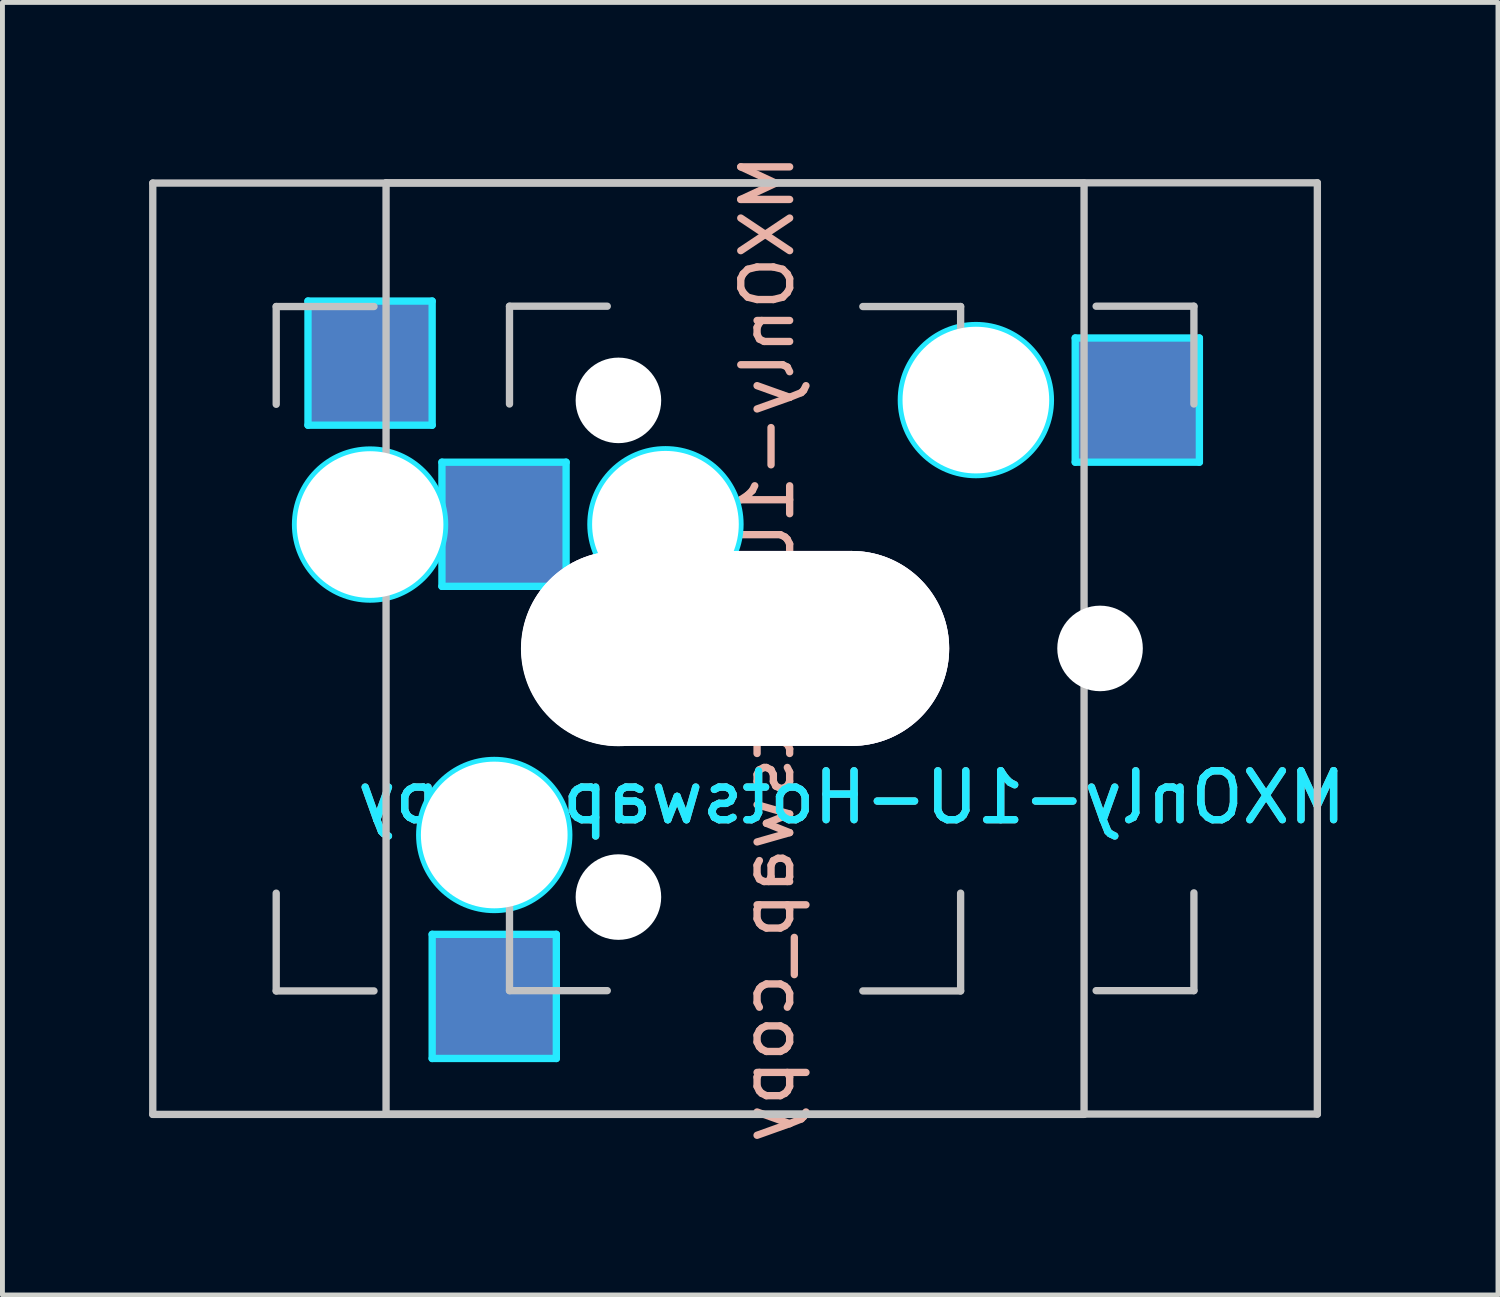
<source format=kicad_pcb>
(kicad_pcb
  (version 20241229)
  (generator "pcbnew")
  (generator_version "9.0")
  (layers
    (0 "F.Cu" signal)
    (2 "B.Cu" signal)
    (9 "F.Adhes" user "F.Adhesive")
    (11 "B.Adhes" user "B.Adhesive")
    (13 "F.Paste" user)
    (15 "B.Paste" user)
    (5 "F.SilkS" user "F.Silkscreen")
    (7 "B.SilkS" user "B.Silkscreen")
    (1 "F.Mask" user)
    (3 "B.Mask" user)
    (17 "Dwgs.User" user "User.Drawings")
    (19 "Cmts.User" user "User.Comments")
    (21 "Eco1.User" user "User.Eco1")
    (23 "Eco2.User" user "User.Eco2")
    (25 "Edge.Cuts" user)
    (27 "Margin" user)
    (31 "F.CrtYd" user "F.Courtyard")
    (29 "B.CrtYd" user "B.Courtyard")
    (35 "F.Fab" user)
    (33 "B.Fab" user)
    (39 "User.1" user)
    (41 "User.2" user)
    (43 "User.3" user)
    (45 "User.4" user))
  (footprint "MXOnly-1U-Hotswap_copy"
    (layer "F.Cu")
    (at 11.991 10.214)
    (property "Reference" "MXOnly-1U-Hotswap_copy" (at 2.381 3.048 0) (layer "B.CrtYd") (effects (font (size 1 1) (thickness 0.15)) (justify mirror)))
    (attr smd)
    (fp_line (start -11.916 -9.519) (end 7.134 -9.519) (stroke (width 0.15) (type solid)) (layer "Dwgs.User"))
    (fp_line (start -11.916 9.531) (end -11.916 -9.519) (stroke (width 0.15) (type solid)) (layer "Dwgs.User"))
    (fp_line (start -9.391 -6.994) (end -7.391 -6.994) (stroke (width 0.15) (type solid)) (layer "Dwgs.User"))
    (fp_line (start -9.391 -4.994) (end -9.391 -6.994) (stroke (width 0.15) (type solid)) (layer "Dwgs.User"))
    (fp_line (start -9.391 5.006) (end -9.391 7.006) (stroke (width 0.15) (type solid)) (layer "Dwgs.User"))
    (fp_line (start -9.391 7.006) (end -7.391 7.006) (stroke (width 0.15) (type solid)) (layer "Dwgs.User"))
    (fp_line (start -7.144 -9.525) (end 11.906 -9.525) (stroke (width 0.15) (type solid)) (layer "Dwgs.User"))
    (fp_line (start -7.144 9.525) (end -7.144 -9.525) (stroke (width 0.15) (type solid)) (layer "Dwgs.User"))
    (fp_line (start -4.619 -7) (end -4.619 -5) (stroke (width 0.15) (type solid)) (layer "Dwgs.User"))
    (fp_line (start -4.619 5) (end -4.619 7) (stroke (width 0.15) (type solid)) (layer "Dwgs.User"))
    (fp_line (start -4.619 7) (end -2.619 7) (stroke (width 0.15) (type solid)) (layer "Dwgs.User"))
    (fp_line (start -2.619 -7) (end -4.619 -7) (stroke (width 0.15) (type solid)) (layer "Dwgs.User"))
    (fp_line (start 2.609 7.006) (end 4.609 7.006) (stroke (width 0.15) (type solid)) (layer "Dwgs.User"))
    (fp_line (start 4.609 -6.994) (end 2.609 -6.994) (stroke (width 0.15) (type solid)) (layer "Dwgs.User"))
    (fp_line (start 4.609 -4.994) (end 4.609 -6.994) (stroke (width 0.15) (type solid)) (layer "Dwgs.User"))
    (fp_line (start 4.609 7.006) (end 4.609 5.006) (stroke (width 0.15) (type solid)) (layer "Dwgs.User"))
    (fp_line (start 7.134 -9.519) (end 7.134 9.531) (stroke (width 0.15) (type solid)) (layer "Dwgs.User"))
    (fp_line (start 7.134 9.531) (end -11.916 9.531) (stroke (width 0.15) (type solid)) (layer "Dwgs.User"))
    (fp_line (start 7.381 -7) (end 9.381 -7) (stroke (width 0.15) (type solid)) (layer "Dwgs.User"))
    (fp_line (start 7.381 7) (end 9.381 7) (stroke (width 0.15) (type solid)) (layer "Dwgs.User"))
    (fp_line (start 9.381 -7) (end 9.381 -5) (stroke (width 0.15) (type solid)) (layer "Dwgs.User"))
    (fp_line (start 9.381 7) (end 9.381 5) (stroke (width 0.15) (type solid)) (layer "Dwgs.User"))
    (fp_line (start 11.906 -9.525) (end 11.906 9.525) (stroke (width 0.15) (type solid)) (layer "Dwgs.User"))
    (fp_line (start 11.906 9.525) (end -7.144 9.525) (stroke (width 0.15) (type solid)) (layer "Dwgs.User"))
    (fp_line (start -8.741 -7.106) (end -6.201 -7.106) (stroke (width 0.15) (type solid)) (layer "B.CrtYd"))
    (fp_line (start -8.741 -4.566) (end -8.741 -7.106) (stroke (width 0.15) (type solid)) (layer "B.CrtYd"))
    (fp_line (start -6.201 -7.106) (end -6.201 -4.566) (stroke (width 0.15) (type solid)) (layer "B.CrtYd"))
    (fp_line (start -6.201 -4.566) (end -8.741 -4.566) (stroke (width 0.15) (type solid)) (layer "B.CrtYd"))
    (fp_line (start -6.201 5.848) (end -6.201 8.388) (stroke (width 0.15) (type solid)) (layer "B.CrtYd"))
    (fp_line (start -6.201 8.388) (end -3.661 8.388) (stroke (width 0.15) (type solid)) (layer "B.CrtYd"))
    (fp_line (start -6.001 -3.81) (end -6.001 -1.27) (stroke (width 0.15) (type solid)) (layer "B.CrtYd"))
    (fp_line (start -6.001 -1.27) (end -3.461 -1.27) (stroke (width 0.15) (type solid)) (layer "B.CrtYd"))
    (fp_line (start -3.661 5.848) (end -6.201 5.848) (stroke (width 0.15) (type solid)) (layer "B.CrtYd"))
    (fp_line (start -3.661 8.388) (end -3.661 5.848) (stroke (width 0.15) (type solid)) (layer "B.CrtYd"))
    (fp_line (start -3.461 -3.81) (end -6.001 -3.81) (stroke (width 0.15) (type solid)) (layer "B.CrtYd"))
    (fp_line (start -3.461 -1.27) (end -3.461 -3.81) (stroke (width 0.15) (type solid)) (layer "B.CrtYd"))
    (fp_line (start 6.953 -6.35) (end 9.493 -6.35) (stroke (width 0.15) (type solid)) (layer "B.CrtYd"))
    (fp_line (start 6.953 -3.81) (end 6.953 -6.35) (stroke (width 0.15) (type solid)) (layer "B.CrtYd"))
    (fp_line (start 9.493 -6.35) (end 9.493 -3.81) (stroke (width 0.15) (type solid)) (layer "B.CrtYd"))
    (fp_line (start 9.493 -3.81) (end 6.953 -3.81) (stroke (width 0.15) (type solid)) (layer "B.CrtYd"))
    (fp_circle (center -7.471 -2.534) (end -8.995 -2.534) (stroke (width 0.15) (type solid)) (fill no) (layer "B.CrtYd"))
    (fp_circle (center -4.931 3.816) (end -6.455 3.816) (stroke (width 0.15) (type solid)) (fill no) (layer "B.CrtYd"))
    (fp_circle (center -1.429 -2.54) (end -1.429 -4.064) (stroke (width 0.15) (type solid)) (fill no) (layer "B.CrtYd"))
    (fp_circle (center 4.921 -5.08) (end 4.921 -6.604) (stroke (width 0.15) (type solid)) (fill no) (layer "B.CrtYd"))
    (fp_text user "${REFERENCE}" (at 2.381 3.048 0) (layer "B.SilkS") (effects (font (size 1 1) (thickness 0.15)) (justify mirror)))
    (fp_text user "${REFERENCE}" (at 0.657 0.006 90) (layer "B.SilkS") (effects (font (size 1 1) (thickness 0.15)) (justify mirror)))
    (pad "" np_thru_hole circle (at -7.471 -2.534 90) (size 3 3) (drill 3) (layers "*.Cu" "*.Mask"))
    (pad "" np_thru_hole circle (at -4.931 3.816 90) (size 3 3) (drill 3) (layers "*.Cu" "*.Mask"))
    (pad "" np_thru_hole circle (at -2.699 0 48.1) (size 1.75 1.75) (drill 1.75) (layers "*.Cu" "*.Mask"))
    (pad "" np_thru_hole circle (at -2.391 -5.074 138.1) (size 1.75 1.75) (drill 1.75) (layers "*.Cu" "*.Mask"))
    (pad "" np_thru_hole circle (at -2.391 0.006 90) (size 3.988 3.988) (drill 3.988) (layers "*.Cu" "*.Mask"))
    (pad "" np_thru_hole circle (at -2.391 5.086 138.1) (size 1.75 1.75) (drill 1.75) (layers "*.Cu" "*.Mask"))
    (pad "" np_thru_hole circle (at -1.429 -2.54) (size 3 3) (drill 3) (layers "*.Cu" "*.Mask"))
    (pad "" np_thru_hole circle (at 2.381 0) (size 3.988 3.988) (drill 3.988) (layers "*.Cu" "*.Mask"))
    (pad "" np_thru_hole circle (at 4.921 -5.08) (size 3 3) (drill 3) (layers "*.Cu" "*.Mask"))
    (pad "" np_thru_hole circle (at 7.461 0 48.1) (size 1.75 1.75) (drill 1.75) (layers "*.Cu" "*.Mask"))
    (pad "1" smd rect (at -4.931 7.091 90) (size 2.55 2.5) (layers "B.Cu" "B.Mask" "B.Paste"))
    (pad "1" smd rect (at -4.704 -2.54) (size 2.55 2.5) (layers "B.Cu" "B.Mask" "B.Paste"))
    (pad "2" smd rect (at -7.471 -5.836 90) (size 2.55 2.5) (layers "B.Cu" "B.Mask" "B.Paste"))
    (pad "2" thru_hole oval (at -0.001 0) (size 8.75 3.988) (drill oval 8.75 3.988) (layers "*.Cu" "*.Mask"))
    (pad "2" smd rect (at 8.223 -5.08) (size 2.55 2.5) (layers "B.Cu" "B.Mask" "B.Paste")))
  (gr_rect
    (start -3 -3)
    (end 27.592 23.44)
    (stroke (width 0.1) (type default))
    (fill no)
    (layer "Edge.Cuts")))
</source>
